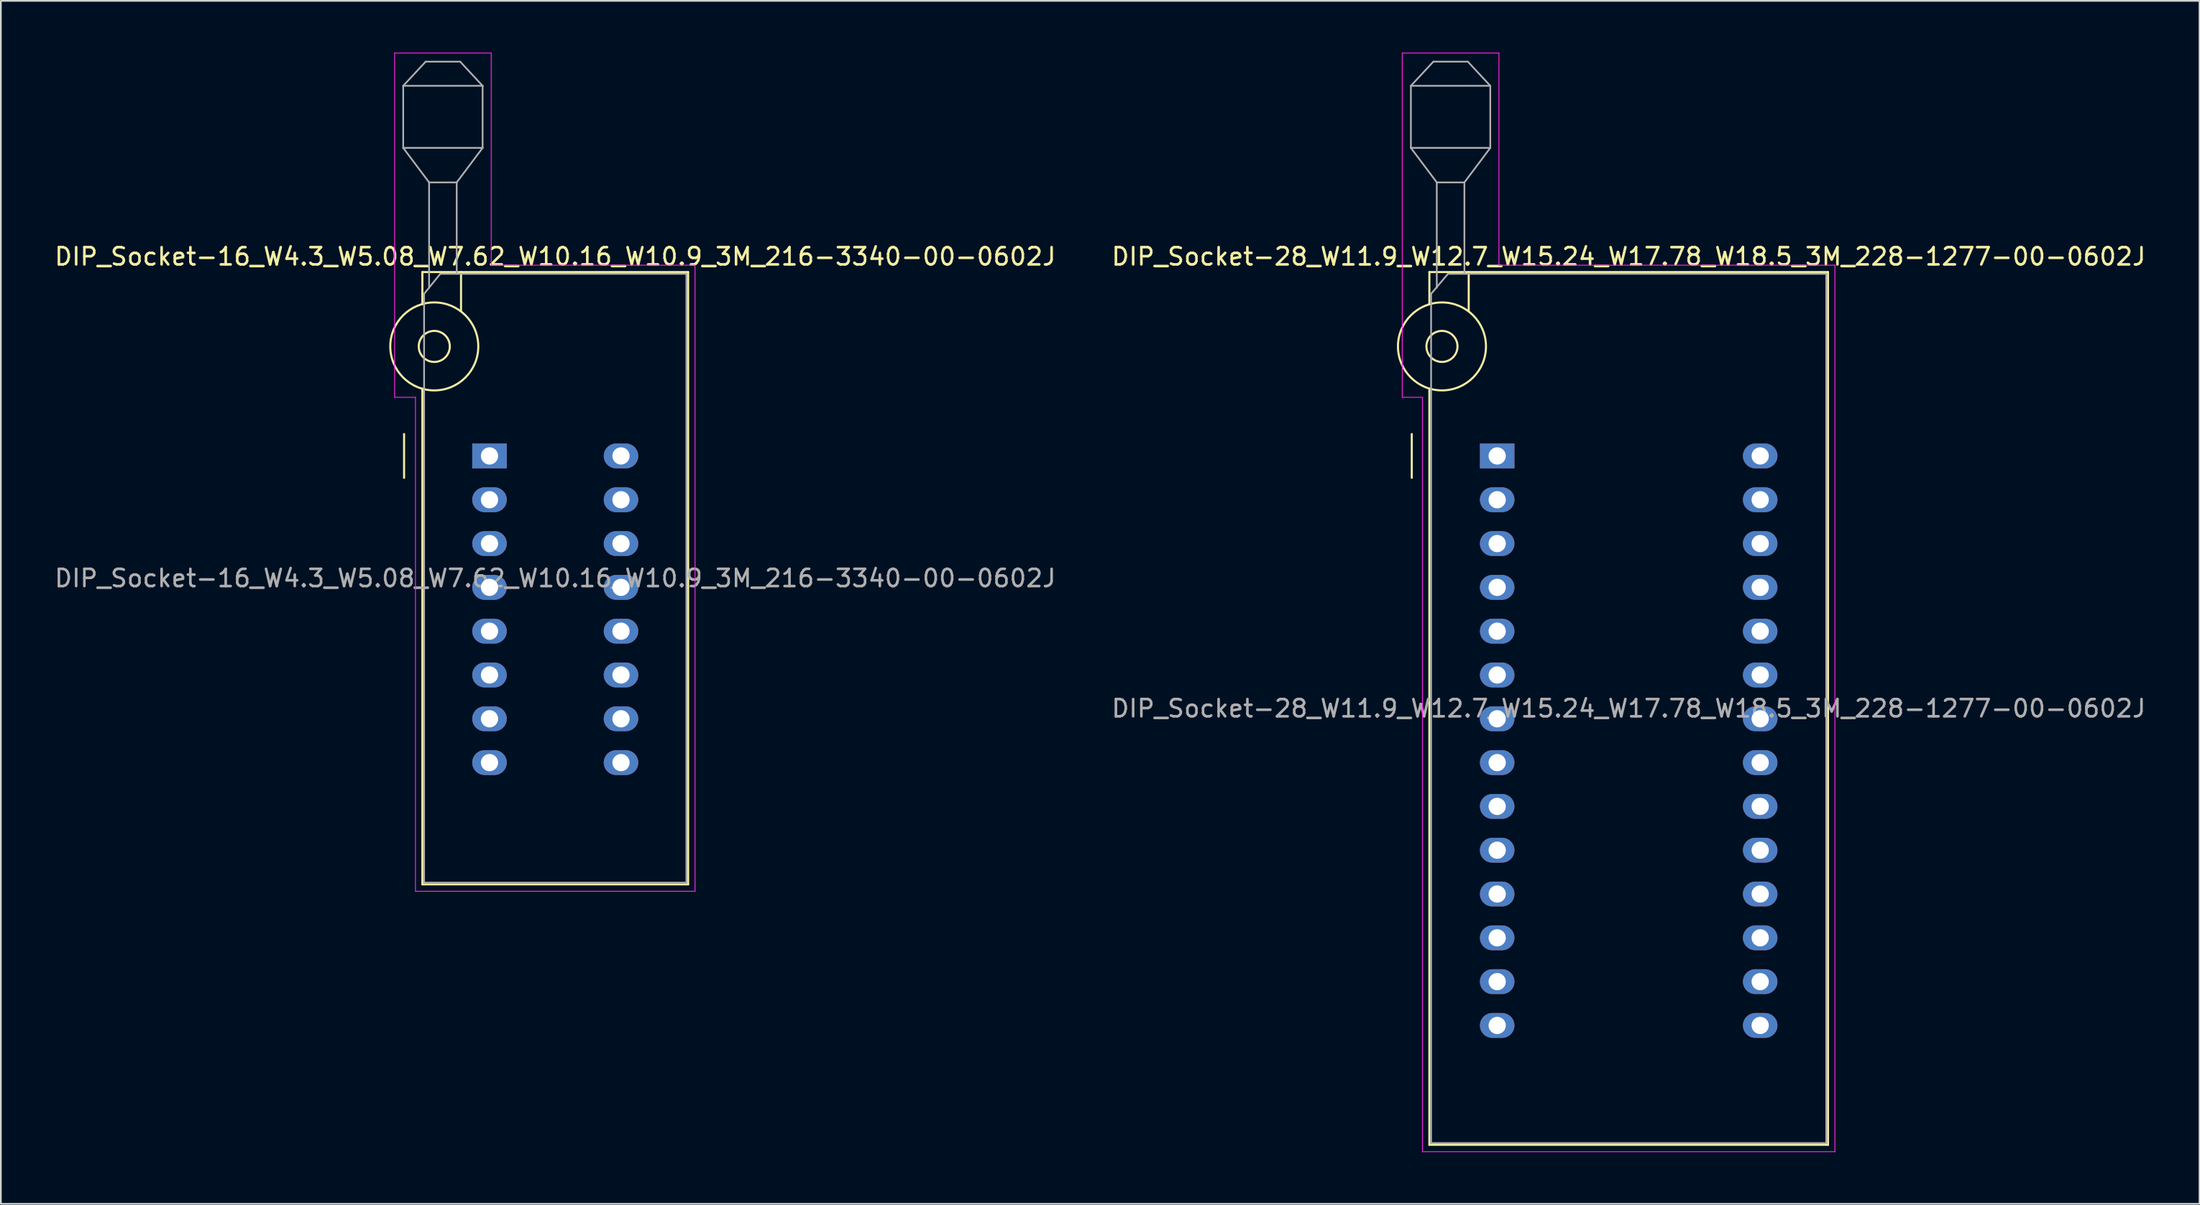
<source format=kicad_pcb>
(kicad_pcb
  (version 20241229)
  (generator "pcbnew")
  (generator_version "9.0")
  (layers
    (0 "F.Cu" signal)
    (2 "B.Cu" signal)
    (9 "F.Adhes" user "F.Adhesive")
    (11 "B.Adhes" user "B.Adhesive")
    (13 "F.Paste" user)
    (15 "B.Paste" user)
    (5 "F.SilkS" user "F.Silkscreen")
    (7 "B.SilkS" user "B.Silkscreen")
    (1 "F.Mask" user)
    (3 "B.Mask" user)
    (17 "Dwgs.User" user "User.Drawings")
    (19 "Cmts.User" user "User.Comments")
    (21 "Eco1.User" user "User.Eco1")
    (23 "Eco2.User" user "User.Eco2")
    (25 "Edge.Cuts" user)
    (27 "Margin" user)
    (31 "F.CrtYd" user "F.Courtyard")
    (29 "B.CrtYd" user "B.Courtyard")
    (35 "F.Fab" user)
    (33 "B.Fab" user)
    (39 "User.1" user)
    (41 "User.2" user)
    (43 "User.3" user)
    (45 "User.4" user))
  (footprint "DIP_Socket-28_W11.9_W12.7_W15.24_W17.78_W18.5_3M_228-1277-00-0602J"
    (layer "F.Cu")
    (at 83.707 23.385)
    (property "Reference" "DIP_Socket-28_W11.9_W12.7_W15.24_W17.78_W18.5_3M_228-1277-00-0602J" (at 7.62 -11.56 0) (layer "F.SilkS") (effects (font (size 1 1) (thickness 0.15))))
    (attr through_hole)
    (fp_line (start -4.95 1.27) (end -4.95 -1.27) (stroke (width 0.12) (type solid)) (layer "F.SilkS"))
    (fp_line (start -3.93 -10.66) (end -3.93 -8.8) (stroke (width 0.12) (type solid)) (layer "F.SilkS"))
    (fp_line (start -3.93 -3.9) (end -3.93 39.94) (stroke (width 0.12) (type solid)) (layer "F.SilkS"))
    (fp_line (start -3.93 39.94) (end 19.17 39.94) (stroke (width 0.12) (type solid)) (layer "F.SilkS"))
    (fp_line (start -1.65 -10.66) (end -1.65 -8.4) (stroke (width 0.12) (type solid)) (layer "F.SilkS"))
    (fp_line (start 19.17 -10.66) (end -3.93 -10.66) (stroke (width 0.12) (type solid)) (layer "F.SilkS"))
    (fp_line (start 19.17 39.94) (end 19.17 -10.66) (stroke (width 0.12) (type solid)) (layer "F.SilkS"))
    (fp_circle (center -3.2 -6.35) (end -2.3 -6.35) (stroke (width 0.12) (type solid)) (fill no) (layer "F.SilkS"))
    (fp_circle (center -3.2 -6.35) (end -0.65 -6.35) (stroke (width 0.12) (type solid)) (fill no) (layer "F.SilkS"))
    (fp_line (start -5.5 -23.36) (end 0.1 -23.36) (stroke (width 0.05) (type solid)) (layer "F.CrtYd"))
    (fp_line (start -5.5 -3.4) (end -5.5 -23.36) (stroke (width 0.05) (type solid)) (layer "F.CrtYd"))
    (fp_line (start -4.33 -3.4) (end -5.5 -3.4) (stroke (width 0.05) (type solid)) (layer "F.CrtYd"))
    (fp_line (start -4.33 40.34) (end -4.33 -3.4) (stroke (width 0.05) (type solid)) (layer "F.CrtYd"))
    (fp_line (start 0.1 -23.36) (end 0.1 -11.06) (stroke (width 0.05) (type solid)) (layer "F.CrtYd"))
    (fp_line (start 0.1 -11.06) (end 19.57 -11.06) (stroke (width 0.05) (type solid)) (layer "F.CrtYd"))
    (fp_line (start 19.57 -11.06) (end 19.57 40.34) (stroke (width 0.05) (type solid)) (layer "F.CrtYd"))
    (fp_line (start 19.57 40.34) (end -4.33 40.34) (stroke (width 0.05) (type solid)) (layer "F.CrtYd"))
    (fp_line (start -5 -21.46) (end -5 -17.86) (stroke (width 0.1) (type solid)) (layer "F.Fab"))
    (fp_line (start -5 -21.46) (end -3.7 -22.86) (stroke (width 0.1) (type solid)) (layer "F.Fab"))
    (fp_line (start -5 -17.86) (end -3.5 -15.86) (stroke (width 0.1) (type solid)) (layer "F.Fab"))
    (fp_line (start -5 -17.86) (end -0.4 -17.86) (stroke (width 0.1) (type solid)) (layer "F.Fab"))
    (fp_line (start -3.83 -9.4) (end -2.85 -10.56) (stroke (width 0.1) (type solid)) (layer "F.Fab"))
    (fp_line (start -3.83 39.84) (end -3.83 -9.4) (stroke (width 0.1) (type solid)) (layer "F.Fab"))
    (fp_line (start -3.7 -22.86) (end -1.7 -22.86) (stroke (width 0.1) (type solid)) (layer "F.Fab"))
    (fp_line (start -3.5 -15.86) (end -1.9 -15.86) (stroke (width 0.1) (type solid)) (layer "F.Fab"))
    (fp_line (start -3.5 -9.75) (end -3.5 -15.86) (stroke (width 0.1) (type solid)) (layer "F.Fab"))
    (fp_line (start -2.85 -10.56) (end 19.07 -10.56) (stroke (width 0.1) (type solid)) (layer "F.Fab"))
    (fp_line (start -1.9 -15.86) (end -1.9 -10.56) (stroke (width 0.1) (type solid)) (layer "F.Fab"))
    (fp_line (start -1.7 -22.86) (end -0.4 -21.46) (stroke (width 0.1) (type solid)) (layer "F.Fab"))
    (fp_line (start -0.4 -21.46) (end -5 -21.46) (stroke (width 0.1) (type solid)) (layer "F.Fab"))
    (fp_line (start -0.4 -17.86) (end -1.9 -15.86) (stroke (width 0.1) (type solid)) (layer "F.Fab"))
    (fp_line (start -0.4 -17.86) (end -0.4 -21.46) (stroke (width 0.1) (type solid)) (layer "F.Fab"))
    (fp_line (start 19.07 -10.56) (end 19.07 39.84) (stroke (width 0.1) (type solid)) (layer "F.Fab"))
    (fp_line (start 19.07 39.84) (end -3.83 39.84) (stroke (width 0.1) (type solid)) (layer "F.Fab"))
    (fp_text user "${REFERENCE}" (at 7.62 14.64 0) (layer "F.Fab") (effects (font (size 1 1) (thickness 0.15))))
    (pad "1" thru_hole rect (at 0 0) (size 2 1.44) (drill 1) (layers "*.Cu" "*.Mask"))
    (pad "2" thru_hole oval (at 0 2.54) (size 2 1.44) (drill 1) (layers "*.Cu" "*.Mask"))
    (pad "3" thru_hole oval (at 0 5.08) (size 2 1.44) (drill 1) (layers "*.Cu" "*.Mask"))
    (pad "4" thru_hole oval (at 0 7.62) (size 2 1.44) (drill 1) (layers "*.Cu" "*.Mask"))
    (pad "5" thru_hole oval (at 0 10.16) (size 2 1.44) (drill 1) (layers "*.Cu" "*.Mask"))
    (pad "6" thru_hole oval (at 0 12.7) (size 2 1.44) (drill 1) (layers "*.Cu" "*.Mask"))
    (pad "7" thru_hole oval (at 0 15.24) (size 2 1.44) (drill 1) (layers "*.Cu" "*.Mask"))
    (pad "8" thru_hole oval (at 0 17.78) (size 2 1.44) (drill 1) (layers "*.Cu" "*.Mask"))
    (pad "9" thru_hole oval (at 0 20.32) (size 2 1.44) (drill 1) (layers "*.Cu" "*.Mask"))
    (pad "10" thru_hole oval (at 0 22.86) (size 2 1.44) (drill 1) (layers "*.Cu" "*.Mask"))
    (pad "11" thru_hole oval (at 0 25.4) (size 2 1.44) (drill 1) (layers "*.Cu" "*.Mask"))
    (pad "12" thru_hole oval (at 0 27.94) (size 2 1.44) (drill 1) (layers "*.Cu" "*.Mask"))
    (pad "13" thru_hole oval (at 0 30.48) (size 2 1.44) (drill 1) (layers "*.Cu" "*.Mask"))
    (pad "14" thru_hole oval (at 0 33.02) (size 2 1.44) (drill 1) (layers "*.Cu" "*.Mask"))
    (pad "15" thru_hole oval (at 15.24 33.02) (size 2 1.44) (drill 1) (layers "*.Cu" "*.Mask"))
    (pad "16" thru_hole oval (at 15.24 30.48) (size 2 1.44) (drill 1) (layers "*.Cu" "*.Mask"))
    (pad "17" thru_hole oval (at 15.24 27.94) (size 2 1.44) (drill 1) (layers "*.Cu" "*.Mask"))
    (pad "18" thru_hole oval (at 15.24 25.4) (size 2 1.44) (drill 1) (layers "*.Cu" "*.Mask"))
    (pad "19" thru_hole oval (at 15.24 22.86) (size 2 1.44) (drill 1) (layers "*.Cu" "*.Mask"))
    (pad "20" thru_hole oval (at 15.24 20.32) (size 2 1.44) (drill 1) (layers "*.Cu" "*.Mask"))
    (pad "21" thru_hole oval (at 15.24 17.78) (size 2 1.44) (drill 1) (layers "*.Cu" "*.Mask"))
    (pad "22" thru_hole oval (at 15.24 15.24) (size 2 1.44) (drill 1) (layers "*.Cu" "*.Mask"))
    (pad "23" thru_hole oval (at 15.24 12.7) (size 2 1.44) (drill 1) (layers "*.Cu" "*.Mask"))
    (pad "24" thru_hole oval (at 15.24 10.16) (size 2 1.44) (drill 1) (layers "*.Cu" "*.Mask"))
    (pad "25" thru_hole oval (at 15.24 7.62) (size 2 1.44) (drill 1) (layers "*.Cu" "*.Mask"))
    (pad "26" thru_hole oval (at 15.24 5.08) (size 2 1.44) (drill 1) (layers "*.Cu" "*.Mask"))
    (pad "27" thru_hole oval (at 15.24 2.54) (size 2 1.44) (drill 1) (layers "*.Cu" "*.Mask"))
    (pad "28" thru_hole oval (at 15.24 0) (size 2 1.44) (drill 1) (layers "*.Cu" "*.Mask")))
  (footprint "DIP_Socket-16_W4.3_W5.08_W7.62_W10.16_W10.9_3M_216-3340-00-0602J"
    (layer "F.Cu")
    (at 25.315 23.385)
    (property "Reference" "DIP_Socket-16_W4.3_W5.08_W7.62_W10.16_W10.9_3M_216-3340-00-0602J" (at 3.81 -11.56 0) (layer "F.SilkS") (effects (font (size 1 1) (thickness 0.15))))
    (attr through_hole)
    (fp_line (start -4.95 1.27) (end -4.95 -1.27) (stroke (width 0.12) (type solid)) (layer "F.SilkS"))
    (fp_line (start -3.89 -10.66) (end -3.89 -8.8) (stroke (width 0.12) (type solid)) (layer "F.SilkS"))
    (fp_line (start -3.89 -3.9) (end -3.89 24.84) (stroke (width 0.12) (type solid)) (layer "F.SilkS"))
    (fp_line (start -3.89 24.84) (end 11.51 24.84) (stroke (width 0.12) (type solid)) (layer "F.SilkS"))
    (fp_line (start -1.65 -10.66) (end -1.65 -8.4) (stroke (width 0.12) (type solid)) (layer "F.SilkS"))
    (fp_line (start 11.51 -10.66) (end -3.89 -10.66) (stroke (width 0.12) (type solid)) (layer "F.SilkS"))
    (fp_line (start 11.51 24.84) (end 11.51 -10.66) (stroke (width 0.12) (type solid)) (layer "F.SilkS"))
    (fp_circle (center -3.2 -6.35) (end -2.3 -6.35) (stroke (width 0.12) (type solid)) (fill no) (layer "F.SilkS"))
    (fp_circle (center -3.2 -6.35) (end -0.65 -6.35) (stroke (width 0.12) (type solid)) (fill no) (layer "F.SilkS"))
    (fp_line (start -5.5 -23.36) (end 0.1 -23.36) (stroke (width 0.05) (type solid)) (layer "F.CrtYd"))
    (fp_line (start -5.5 -3.4) (end -5.5 -23.36) (stroke (width 0.05) (type solid)) (layer "F.CrtYd"))
    (fp_line (start -4.29 -3.4) (end -5.5 -3.4) (stroke (width 0.05) (type solid)) (layer "F.CrtYd"))
    (fp_line (start -4.29 25.24) (end -4.29 -3.4) (stroke (width 0.05) (type solid)) (layer "F.CrtYd"))
    (fp_line (start 0.1 -23.36) (end 0.1 -11.06) (stroke (width 0.05) (type solid)) (layer "F.CrtYd"))
    (fp_line (start 0.1 -11.06) (end 11.91 -11.06) (stroke (width 0.05) (type solid)) (layer "F.CrtYd"))
    (fp_line (start 11.91 -11.06) (end 11.91 25.24) (stroke (width 0.05) (type solid)) (layer "F.CrtYd"))
    (fp_line (start 11.91 25.24) (end -4.29 25.24) (stroke (width 0.05) (type solid)) (layer "F.CrtYd"))
    (fp_line (start -5 -21.46) (end -5 -17.86) (stroke (width 0.1) (type solid)) (layer "F.Fab"))
    (fp_line (start -5 -21.46) (end -3.7 -22.86) (stroke (width 0.1) (type solid)) (layer "F.Fab"))
    (fp_line (start -5 -17.86) (end -3.5 -15.86) (stroke (width 0.1) (type solid)) (layer "F.Fab"))
    (fp_line (start -5 -17.86) (end -0.4 -17.86) (stroke (width 0.1) (type solid)) (layer "F.Fab"))
    (fp_line (start -3.79 -9.4) (end -2.85 -10.56) (stroke (width 0.1) (type solid)) (layer "F.Fab"))
    (fp_line (start -3.79 24.74) (end -3.79 -9.4) (stroke (width 0.1) (type solid)) (layer "F.Fab"))
    (fp_line (start -3.7 -22.86) (end -1.7 -22.86) (stroke (width 0.1) (type solid)) (layer "F.Fab"))
    (fp_line (start -3.5 -15.86) (end -1.9 -15.86) (stroke (width 0.1) (type solid)) (layer "F.Fab"))
    (fp_line (start -3.5 -9.75) (end -3.5 -15.86) (stroke (width 0.1) (type solid)) (layer "F.Fab"))
    (fp_line (start -2.85 -10.56) (end 11.41 -10.56) (stroke (width 0.1) (type solid)) (layer "F.Fab"))
    (fp_line (start -1.9 -15.86) (end -1.9 -10.56) (stroke (width 0.1) (type solid)) (layer "F.Fab"))
    (fp_line (start -1.7 -22.86) (end -0.4 -21.46) (stroke (width 0.1) (type solid)) (layer "F.Fab"))
    (fp_line (start -0.4 -21.46) (end -5 -21.46) (stroke (width 0.1) (type solid)) (layer "F.Fab"))
    (fp_line (start -0.4 -17.86) (end -1.9 -15.86) (stroke (width 0.1) (type solid)) (layer "F.Fab"))
    (fp_line (start -0.4 -17.86) (end -0.4 -21.46) (stroke (width 0.1) (type solid)) (layer "F.Fab"))
    (fp_line (start 11.41 -10.56) (end 11.41 24.74) (stroke (width 0.1) (type solid)) (layer "F.Fab"))
    (fp_line (start 11.41 24.74) (end -3.79 24.74) (stroke (width 0.1) (type solid)) (layer "F.Fab"))
    (fp_text user "${REFERENCE}" (at 3.81 7.09 0) (layer "F.Fab") (effects (font (size 1 1) (thickness 0.15))))
    (pad "1" thru_hole rect (at 0 0) (size 2 1.44) (drill 1) (layers "*.Cu" "*.Mask"))
    (pad "2" thru_hole oval (at 0 2.54) (size 2 1.44) (drill 1) (layers "*.Cu" "*.Mask"))
    (pad "3" thru_hole oval (at 0 5.08) (size 2 1.44) (drill 1) (layers "*.Cu" "*.Mask"))
    (pad "4" thru_hole oval (at 0 7.62) (size 2 1.44) (drill 1) (layers "*.Cu" "*.Mask"))
    (pad "5" thru_hole oval (at 0 10.16) (size 2 1.44) (drill 1) (layers "*.Cu" "*.Mask"))
    (pad "6" thru_hole oval (at 0 12.7) (size 2 1.44) (drill 1) (layers "*.Cu" "*.Mask"))
    (pad "7" thru_hole oval (at 0 15.24) (size 2 1.44) (drill 1) (layers "*.Cu" "*.Mask"))
    (pad "8" thru_hole oval (at 0 17.78) (size 2 1.44) (drill 1) (layers "*.Cu" "*.Mask"))
    (pad "9" thru_hole oval (at 7.62 17.78) (size 2 1.44) (drill 1) (layers "*.Cu" "*.Mask"))
    (pad "10" thru_hole oval (at 7.62 15.24) (size 2 1.44) (drill 1) (layers "*.Cu" "*.Mask"))
    (pad "11" thru_hole oval (at 7.62 12.7) (size 2 1.44) (drill 1) (layers "*.Cu" "*.Mask"))
    (pad "12" thru_hole oval (at 7.62 10.16) (size 2 1.44) (drill 1) (layers "*.Cu" "*.Mask"))
    (pad "13" thru_hole oval (at 7.62 7.62) (size 2 1.44) (drill 1) (layers "*.Cu" "*.Mask"))
    (pad "14" thru_hole oval (at 7.62 5.08) (size 2 1.44) (drill 1) (layers "*.Cu" "*.Mask"))
    (pad "15" thru_hole oval (at 7.62 2.54) (size 2 1.44) (drill 1) (layers "*.Cu" "*.Mask"))
    (pad "16" thru_hole oval (at 7.62 0) (size 2 1.44) (drill 1) (layers "*.Cu" "*.Mask")))
  (gr_rect
    (start -3 -3)
    (end 124.405 66.75)
    (stroke (width 0.1) (type default))
    (fill no)
    (layer "Edge.Cuts")))
</source>
